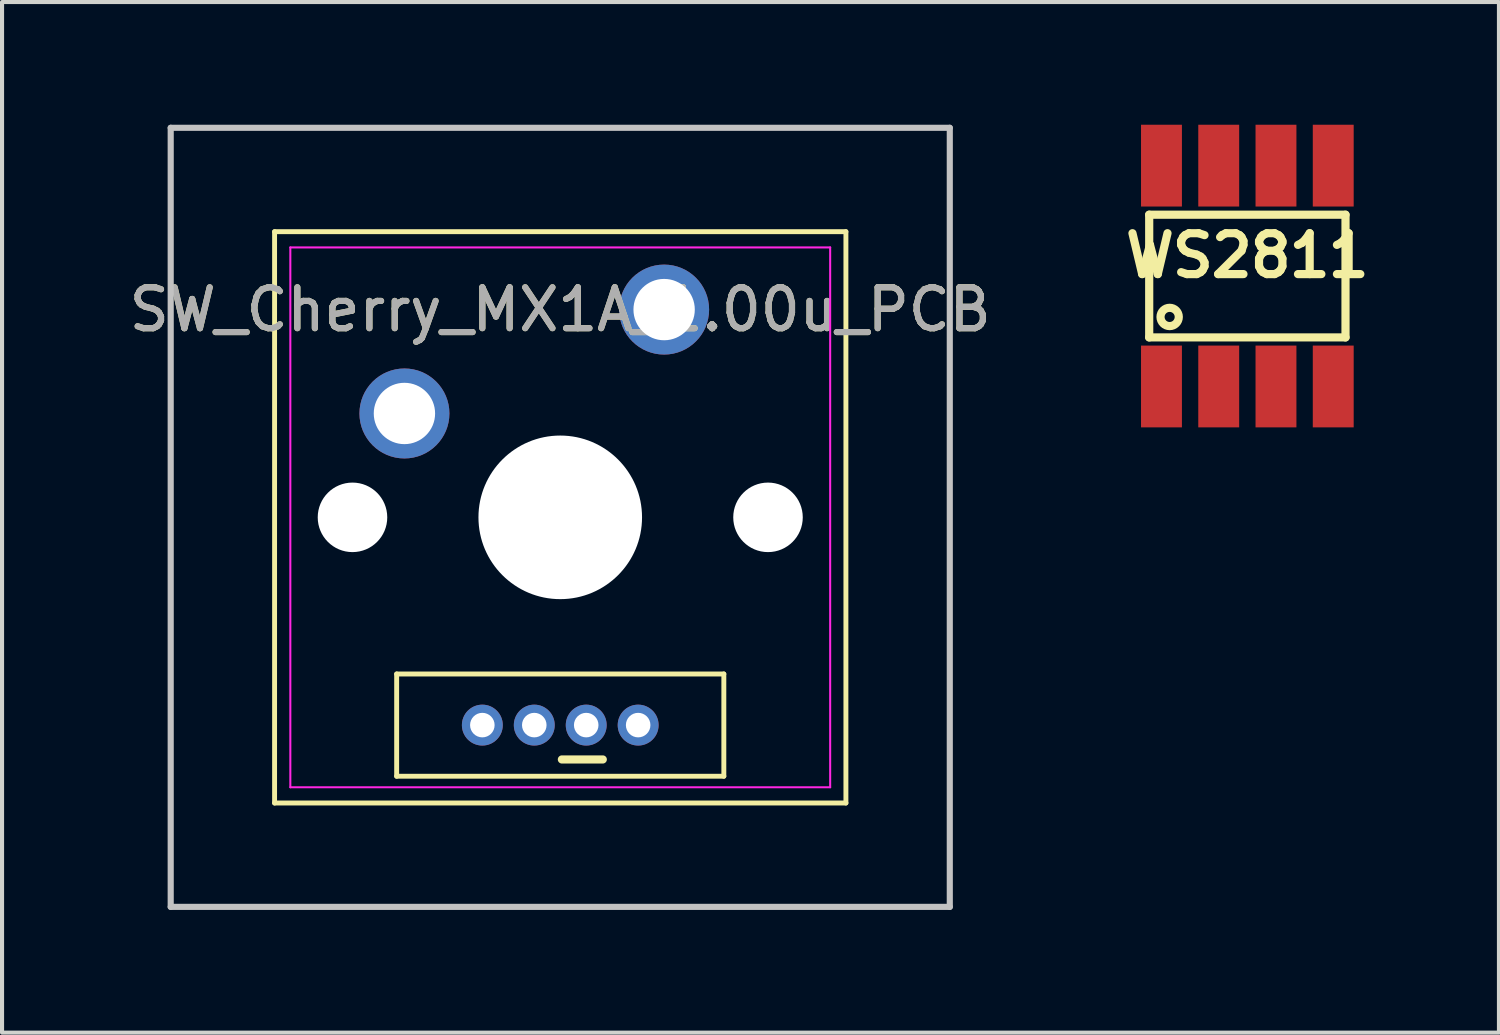
<source format=kicad_pcb>
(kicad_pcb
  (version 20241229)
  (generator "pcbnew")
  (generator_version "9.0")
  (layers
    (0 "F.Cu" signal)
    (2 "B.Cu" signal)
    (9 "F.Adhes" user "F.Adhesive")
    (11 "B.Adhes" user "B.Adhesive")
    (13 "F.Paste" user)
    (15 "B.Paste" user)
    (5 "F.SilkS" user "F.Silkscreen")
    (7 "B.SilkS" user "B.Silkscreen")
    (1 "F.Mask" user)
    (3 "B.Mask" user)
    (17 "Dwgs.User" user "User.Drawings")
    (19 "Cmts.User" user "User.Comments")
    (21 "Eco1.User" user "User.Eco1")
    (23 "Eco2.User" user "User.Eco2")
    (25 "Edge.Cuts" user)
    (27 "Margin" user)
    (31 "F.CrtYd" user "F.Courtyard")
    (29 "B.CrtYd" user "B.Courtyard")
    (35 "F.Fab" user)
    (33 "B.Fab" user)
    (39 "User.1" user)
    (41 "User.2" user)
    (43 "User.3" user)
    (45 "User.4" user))
  (footprint "SW_Cherry_MX1A_1.00u_PCB"
    (layer "F.Cu")
    (at 13.189 4.52)
    (property "Reference" "SW_Cherry_MX1A_1.00u_PCB" (at -2.54 0 0) (layer "F.SilkS") (effects (font (size 1 1) (thickness 0.15))))
    (attr through_hole)
    (fp_line (start -9.525 -1.905) (end 4.445 -1.905) (stroke (width 0.12) (type solid)) (layer "F.SilkS"))
    (fp_line (start -9.525 12.065) (end -9.525 -1.905) (stroke (width 0.12) (type solid)) (layer "F.SilkS"))
    (fp_line (start -6.54 8.91) (end -6.54 11.41) (stroke (width 0.12) (type solid)) (layer "F.SilkS"))
    (fp_line (start -6.54 8.91) (end 1.46 8.91) (stroke (width 0.12) (type solid)) (layer "F.SilkS"))
    (fp_line (start -6.54 11.41) (end 1.46 11.41) (stroke (width 0.12) (type solid)) (layer "F.SilkS"))
    (fp_line (start -2.5 11) (end -1.5 11) (stroke (width 0.2) (type solid)) (layer "F.SilkS"))
    (fp_line (start 1.46 8.91) (end 1.46 11.41) (stroke (width 0.12) (type solid)) (layer "F.SilkS"))
    (fp_line (start 4.445 -1.905) (end 4.445 12.065) (stroke (width 0.12) (type solid)) (layer "F.SilkS"))
    (fp_line (start 4.445 12.065) (end -9.525 12.065) (stroke (width 0.12) (type solid)) (layer "F.SilkS"))
    (fp_line (start -12.065 -4.445) (end 6.985 -4.445) (stroke (width 0.15) (type solid)) (layer "Dwgs.User"))
    (fp_line (start -12.065 14.605) (end -12.065 -4.445) (stroke (width 0.15) (type solid)) (layer "Dwgs.User"))
    (fp_line (start 6.985 -4.445) (end 6.985 14.605) (stroke (width 0.15) (type solid)) (layer "Dwgs.User"))
    (fp_line (start 6.985 14.605) (end -12.065 14.605) (stroke (width 0.15) (type solid)) (layer "Dwgs.User"))
    (fp_line (start -9.14 -1.52) (end 4.06 -1.52) (stroke (width 0.05) (type solid)) (layer "F.CrtYd"))
    (fp_line (start -9.14 11.68) (end -9.14 -1.52) (stroke (width 0.05) (type solid)) (layer "F.CrtYd"))
    (fp_line (start 4.06 -1.52) (end 4.06 11.68) (stroke (width 0.05) (type solid)) (layer "F.CrtYd"))
    (fp_line (start 4.06 11.68) (end -9.14 11.68) (stroke (width 0.05) (type solid)) (layer "F.CrtYd"))
    (fp_text user "${REFERENCE}" (at -2.54 0 0) (layer "F.Fab") (effects (font (size 1 1) (thickness 0.15))))
    (pad "" np_thru_hole circle (at -7.62 5.08) (size 1.7 1.7) (drill 1.7) (layers "*.Cu" "*.Mask"))
    (pad "" np_thru_hole circle (at -2.54 5.08) (size 4 4) (drill 4) (layers "*.Cu" "*.Mask"))
    (pad "" np_thru_hole circle (at 2.54 5.08) (size 1.7 1.7) (drill 1.7) (layers "*.Cu" "*.Mask"))
    (pad "1" thru_hole circle (at 0 0) (size 2.2 2.2) (drill 1.5) (layers "*.Cu" "*.Mask"))
    (pad "2" thru_hole circle (at -6.35 2.54) (size 2.2 2.2) (drill 1.5) (layers "*.Cu" "*.Mask"))
    (pad "3" thru_hole circle (at -0.635 10.16) (size 1 1) (drill 0.6) (layers "*.Cu" "*.Mask"))
    (pad "4" thru_hole circle (at -1.905 10.16 45) (size 1 1) (drill 0.6) (layers "*.Cu" "*.Mask"))
    (pad "5" thru_hole circle (at -3.175 10.16) (size 1 1) (drill 0.6) (layers "*.Cu" "*.Mask"))
    (pad "6" thru_hole circle (at -4.445 10.16) (size 1 1) (drill 0.6) (layers "*.Cu" "*.Mask")))
  (footprint "WS2811"
    (layer "F.Cu")
    (at 27.45 3.7)
    (property "Reference" "WS2811" (at 0 -0.5 0) (layer "F.SilkS") (effects (font (size 1 1) (thickness 0.2))))
    (attr through_hole)
    (fp_line (start -2.4 -1.5) (end -2.4 1.5) (stroke (width 0.2) (type solid)) (layer "F.SilkS"))
    (fp_line (start -2.4 -1.5) (end 2.4 -1.5) (stroke (width 0.2) (type solid)) (layer "F.SilkS"))
    (fp_line (start -2.4 1.5) (end 2.4 1.5) (stroke (width 0.2) (type solid)) (layer "F.SilkS"))
    (fp_line (start 2.4 -1.5) (end 2.4 1.5) (stroke (width 0.2) (type solid)) (layer "F.SilkS"))
    (fp_circle (center -1.9 1) (end -1.8 1.2) (stroke (width 0.2) (type solid)) (fill no) (layer "F.SilkS"))
    (pad "1" smd rect (at -2.1 2.7) (size 1 2) (layers "F.Cu" "F.Mask" "F.Paste"))
    (pad "2" smd rect (at -0.7 2.7) (size 1 2) (layers "F.Cu" "F.Mask" "F.Paste"))
    (pad "3" smd rect (at 0.7 2.7) (size 1 2) (layers "F.Cu" "F.Mask" "F.Paste"))
    (pad "4" smd rect (at 2.1 2.7) (size 1 2) (layers "F.Cu" "F.Mask" "F.Paste"))
    (pad "5" smd rect (at 2.1 -2.7) (size 1 2) (layers "F.Cu" "F.Mask" "F.Paste"))
    (pad "6" smd rect (at 0.7 -2.7) (size 1 2) (layers "F.Cu" "F.Mask" "F.Paste"))
    (pad "7" smd rect (at -0.7 -2.7) (size 1 2) (layers "F.Cu" "F.Mask" "F.Paste"))
    (pad "8" smd rect (at -2.1 -2.7) (size 1 2) (layers "F.Cu" "F.Mask" "F.Paste")))
  (gr_rect
    (start -3 -3)
    (end 33.602 22.2)
    (stroke (width 0.1) (type default))
    (fill no)
    (layer "Edge.Cuts")))
</source>
